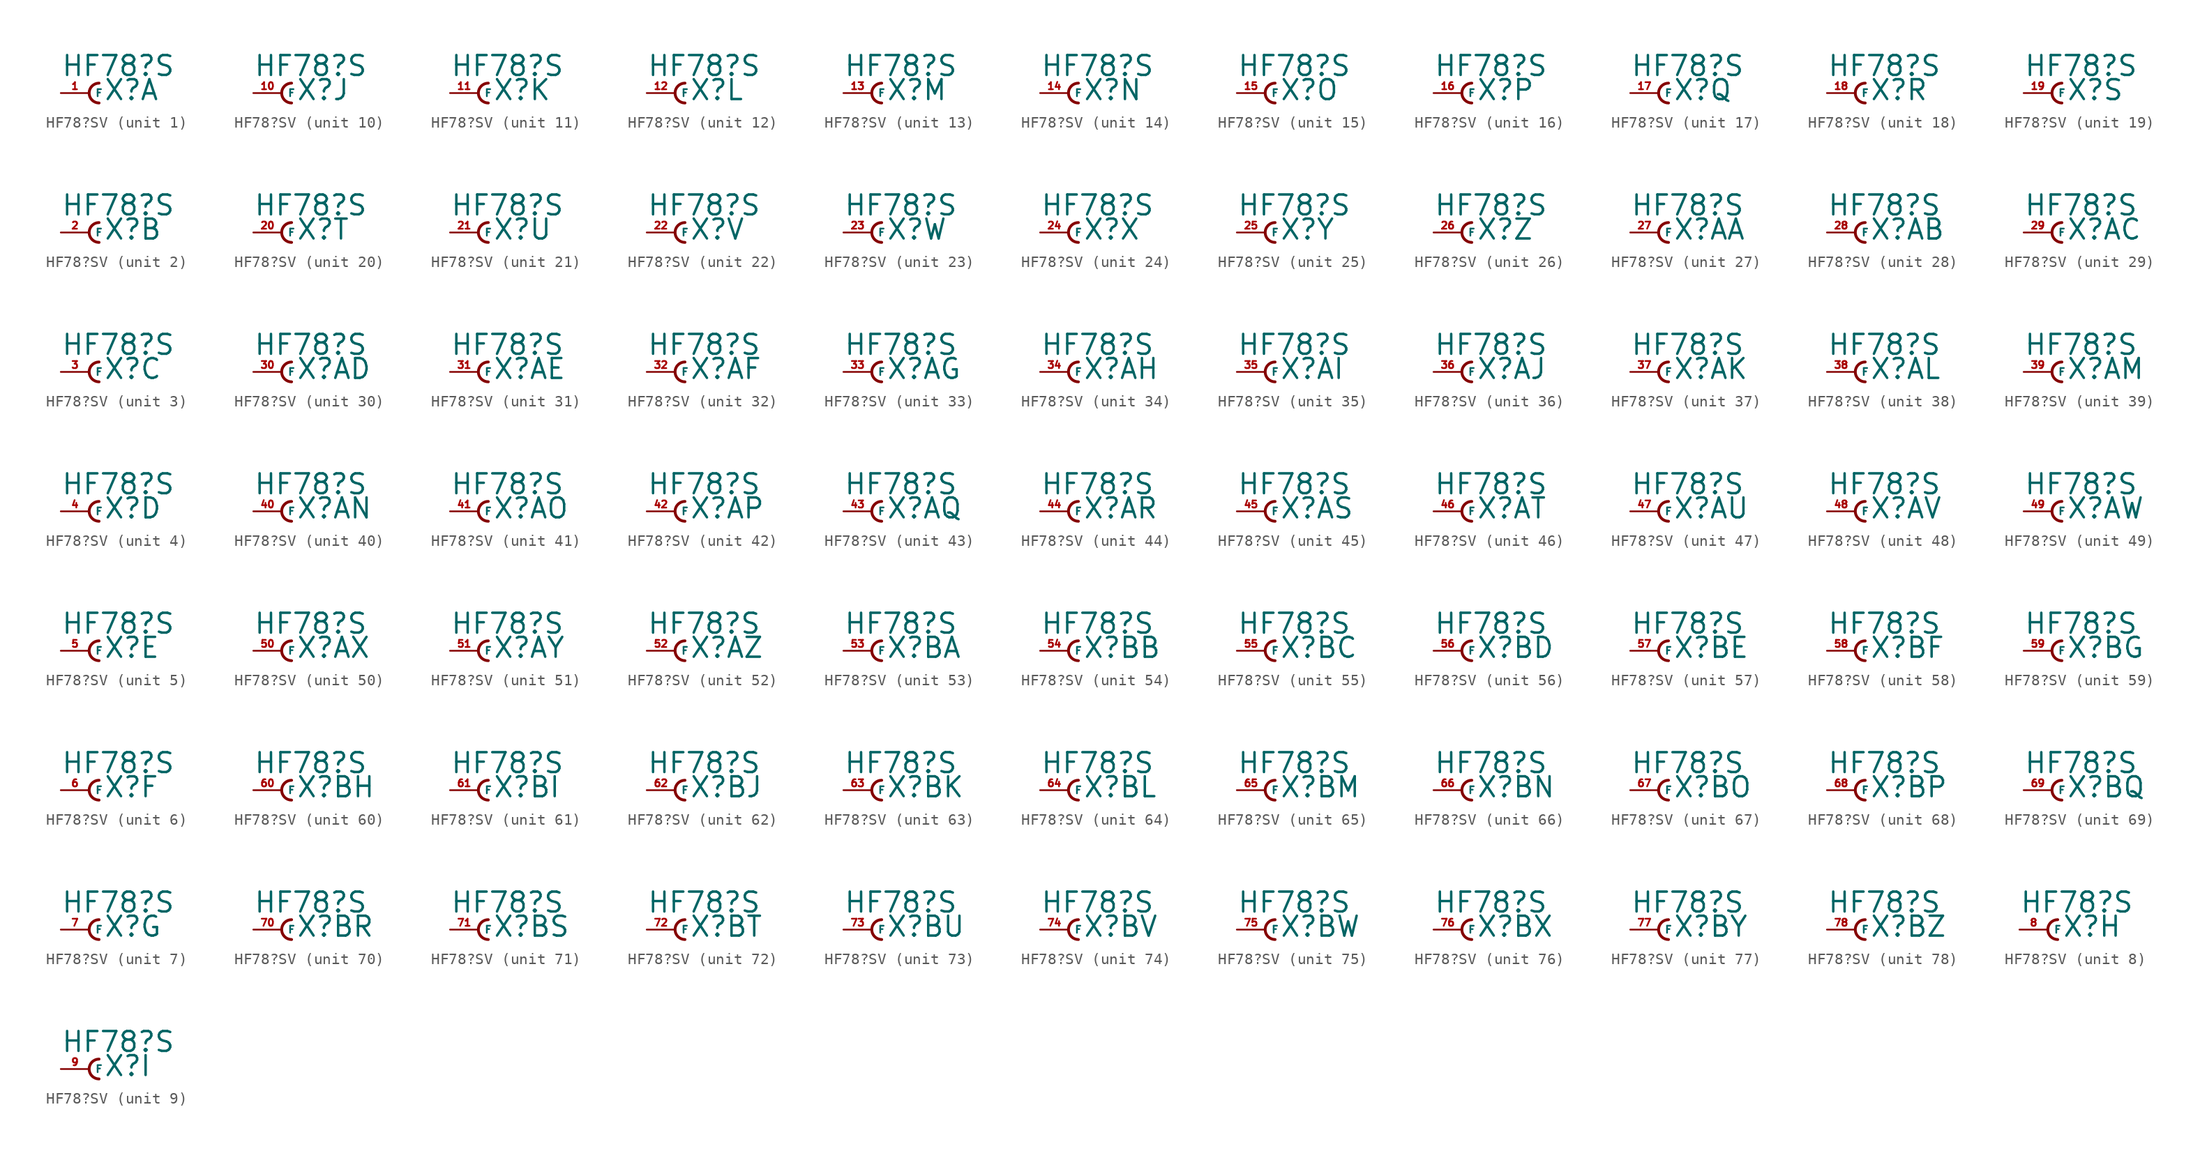
<source format=kicad_sym>
(kicad_symbol_lib
  (version 20220914)
  (generator Eagle2Kicad)
  (symbol "HF78?SV"
    (property "Reference" "X"
      (at 1.27 -0.762 0)
      (effects (font (size 1.778 1.778) (thickness 0.22)) (justify left bottom)))
    (property "Value" "HF78?S"
      (at -2.54 1.397 0)
      (effects (font (size 1.778 1.778) (thickness 0.22)) (justify left bottom)))
    (symbol "HF78?SV_1_0"
      (arc (start 0.889 0.889) (mid 0.000 0.000) (end 0.889 -0.889) (stroke (width 0.254) (type default)) (fill (type none)))
      (pin passive line (at -2.54 0 0) (length 2.54) (name "F" (effects (font (size 0.635 0.635) (thickness 0.08)) (justify left bottom))) (number "1" (effects (font (size 0.635 0.635) (thickness 0.08)) (justify left bottom)))))
    (symbol "HF78?SV_2_0"
      (arc (start 0.889 0.889) (mid 0.000 0.000) (end 0.889 -0.889) (stroke (width 0.254) (type default)) (fill (type none)))
      (pin passive line (at -2.54 0 0) (length 2.54) (name "F" (effects (font (size 0.635 0.635) (thickness 0.08)) (justify left bottom))) (number "2" (effects (font (size 0.635 0.635) (thickness 0.08)) (justify left bottom)))))
    (symbol "HF78?SV_3_0"
      (arc (start 0.889 0.889) (mid 0.000 0.000) (end 0.889 -0.889) (stroke (width 0.254) (type default)) (fill (type none)))
      (pin passive line (at -2.54 0 0) (length 2.54) (name "F" (effects (font (size 0.635 0.635) (thickness 0.08)) (justify left bottom))) (number "3" (effects (font (size 0.635 0.635) (thickness 0.08)) (justify left bottom)))))
    (symbol "HF78?SV_4_0"
      (arc (start 0.889 0.889) (mid 0.000 0.000) (end 0.889 -0.889) (stroke (width 0.254) (type default)) (fill (type none)))
      (pin passive line (at -2.54 0 0) (length 2.54) (name "F" (effects (font (size 0.635 0.635) (thickness 0.08)) (justify left bottom))) (number "4" (effects (font (size 0.635 0.635) (thickness 0.08)) (justify left bottom)))))
    (symbol "HF78?SV_5_0"
      (arc (start 0.889 0.889) (mid 0.000 0.000) (end 0.889 -0.889) (stroke (width 0.254) (type default)) (fill (type none)))
      (pin passive line (at -2.54 0 0) (length 2.54) (name "F" (effects (font (size 0.635 0.635) (thickness 0.08)) (justify left bottom))) (number "5" (effects (font (size 0.635 0.635) (thickness 0.08)) (justify left bottom)))))
    (symbol "HF78?SV_6_0"
      (arc (start 0.889 0.889) (mid 0.000 0.000) (end 0.889 -0.889) (stroke (width 0.254) (type default)) (fill (type none)))
      (pin passive line (at -2.54 0 0) (length 2.54) (name "F" (effects (font (size 0.635 0.635) (thickness 0.08)) (justify left bottom))) (number "6" (effects (font (size 0.635 0.635) (thickness 0.08)) (justify left bottom)))))
    (symbol "HF78?SV_7_0"
      (arc (start 0.889 0.889) (mid 0.000 0.000) (end 0.889 -0.889) (stroke (width 0.254) (type default)) (fill (type none)))
      (pin passive line (at -2.54 0 0) (length 2.54) (name "F" (effects (font (size 0.635 0.635) (thickness 0.08)) (justify left bottom))) (number "7" (effects (font (size 0.635 0.635) (thickness 0.08)) (justify left bottom)))))
    (symbol "HF78?SV_8_0"
      (arc (start 0.889 0.889) (mid 0.000 0.000) (end 0.889 -0.889) (stroke (width 0.254) (type default)) (fill (type none)))
      (pin passive line (at -2.54 0 0) (length 2.54) (name "F" (effects (font (size 0.635 0.635) (thickness 0.08)) (justify left bottom))) (number "8" (effects (font (size 0.635 0.635) (thickness 0.08)) (justify left bottom)))))
    (symbol "HF78?SV_9_0"
      (arc (start 0.889 0.889) (mid 0.000 0.000) (end 0.889 -0.889) (stroke (width 0.254) (type default)) (fill (type none)))
      (pin passive line (at -2.54 0 0) (length 2.54) (name "F" (effects (font (size 0.635 0.635) (thickness 0.08)) (justify left bottom))) (number "9" (effects (font (size 0.635 0.635) (thickness 0.08)) (justify left bottom)))))
    (symbol "HF78?SV_10_0"
      (arc (start 0.889 0.889) (mid 0.000 0.000) (end 0.889 -0.889) (stroke (width 0.254) (type default)) (fill (type none)))
      (pin passive line (at -2.54 0 0) (length 2.54) (name "F" (effects (font (size 0.635 0.635) (thickness 0.08)) (justify left bottom))) (number "10" (effects (font (size 0.635 0.635) (thickness 0.08)) (justify left bottom)))))
    (symbol "HF78?SV_11_0"
      (arc (start 0.889 0.889) (mid 0.000 0.000) (end 0.889 -0.889) (stroke (width 0.254) (type default)) (fill (type none)))
      (pin passive line (at -2.54 0 0) (length 2.54) (name "F" (effects (font (size 0.635 0.635) (thickness 0.08)) (justify left bottom))) (number "11" (effects (font (size 0.635 0.635) (thickness 0.08)) (justify left bottom)))))
    (symbol "HF78?SV_12_0"
      (arc (start 0.889 0.889) (mid 0.000 0.000) (end 0.889 -0.889) (stroke (width 0.254) (type default)) (fill (type none)))
      (pin passive line (at -2.54 0 0) (length 2.54) (name "F" (effects (font (size 0.635 0.635) (thickness 0.08)) (justify left bottom))) (number "12" (effects (font (size 0.635 0.635) (thickness 0.08)) (justify left bottom)))))
    (symbol "HF78?SV_13_0"
      (arc (start 0.889 0.889) (mid 0.000 0.000) (end 0.889 -0.889) (stroke (width 0.254) (type default)) (fill (type none)))
      (pin passive line (at -2.54 0 0) (length 2.54) (name "F" (effects (font (size 0.635 0.635) (thickness 0.08)) (justify left bottom))) (number "13" (effects (font (size 0.635 0.635) (thickness 0.08)) (justify left bottom)))))
    (symbol "HF78?SV_14_0"
      (arc (start 0.889 0.889) (mid 0.000 0.000) (end 0.889 -0.889) (stroke (width 0.254) (type default)) (fill (type none)))
      (pin passive line (at -2.54 0 0) (length 2.54) (name "F" (effects (font (size 0.635 0.635) (thickness 0.08)) (justify left bottom))) (number "14" (effects (font (size 0.635 0.635) (thickness 0.08)) (justify left bottom)))))
    (symbol "HF78?SV_15_0"
      (arc (start 0.889 0.889) (mid 0.000 0.000) (end 0.889 -0.889) (stroke (width 0.254) (type default)) (fill (type none)))
      (pin passive line (at -2.54 0 0) (length 2.54) (name "F" (effects (font (size 0.635 0.635) (thickness 0.08)) (justify left bottom))) (number "15" (effects (font (size 0.635 0.635) (thickness 0.08)) (justify left bottom)))))
    (symbol "HF78?SV_16_0"
      (arc (start 0.889 0.889) (mid 0.000 0.000) (end 0.889 -0.889) (stroke (width 0.254) (type default)) (fill (type none)))
      (pin passive line (at -2.54 0 0) (length 2.54) (name "F" (effects (font (size 0.635 0.635) (thickness 0.08)) (justify left bottom))) (number "16" (effects (font (size 0.635 0.635) (thickness 0.08)) (justify left bottom)))))
    (symbol "HF78?SV_17_0"
      (arc (start 0.889 0.889) (mid 0.000 0.000) (end 0.889 -0.889) (stroke (width 0.254) (type default)) (fill (type none)))
      (pin passive line (at -2.54 0 0) (length 2.54) (name "F" (effects (font (size 0.635 0.635) (thickness 0.08)) (justify left bottom))) (number "17" (effects (font (size 0.635 0.635) (thickness 0.08)) (justify left bottom)))))
    (symbol "HF78?SV_18_0"
      (arc (start 0.889 0.889) (mid 0.000 0.000) (end 0.889 -0.889) (stroke (width 0.254) (type default)) (fill (type none)))
      (pin passive line (at -2.54 0 0) (length 2.54) (name "F" (effects (font (size 0.635 0.635) (thickness 0.08)) (justify left bottom))) (number "18" (effects (font (size 0.635 0.635) (thickness 0.08)) (justify left bottom)))))
    (symbol "HF78?SV_19_0"
      (arc (start 0.889 0.889) (mid 0.000 0.000) (end 0.889 -0.889) (stroke (width 0.254) (type default)) (fill (type none)))
      (pin passive line (at -2.54 0 0) (length 2.54) (name "F" (effects (font (size 0.635 0.635) (thickness 0.08)) (justify left bottom))) (number "19" (effects (font (size 0.635 0.635) (thickness 0.08)) (justify left bottom)))))
    (symbol "HF78?SV_20_0"
      (arc (start 0.889 0.889) (mid 0.000 0.000) (end 0.889 -0.889) (stroke (width 0.254) (type default)) (fill (type none)))
      (pin passive line (at -2.54 0 0) (length 2.54) (name "F" (effects (font (size 0.635 0.635) (thickness 0.08)) (justify left bottom))) (number "20" (effects (font (size 0.635 0.635) (thickness 0.08)) (justify left bottom)))))
    (symbol "HF78?SV_21_0"
      (arc (start 0.889 0.889) (mid 0.000 0.000) (end 0.889 -0.889) (stroke (width 0.254) (type default)) (fill (type none)))
      (pin passive line (at -2.54 0 0) (length 2.54) (name "F" (effects (font (size 0.635 0.635) (thickness 0.08)) (justify left bottom))) (number "21" (effects (font (size 0.635 0.635) (thickness 0.08)) (justify left bottom)))))
    (symbol "HF78?SV_22_0"
      (arc (start 0.889 0.889) (mid 0.000 0.000) (end 0.889 -0.889) (stroke (width 0.254) (type default)) (fill (type none)))
      (pin passive line (at -2.54 0 0) (length 2.54) (name "F" (effects (font (size 0.635 0.635) (thickness 0.08)) (justify left bottom))) (number "22" (effects (font (size 0.635 0.635) (thickness 0.08)) (justify left bottom)))))
    (symbol "HF78?SV_23_0"
      (arc (start 0.889 0.889) (mid 0.000 0.000) (end 0.889 -0.889) (stroke (width 0.254) (type default)) (fill (type none)))
      (pin passive line (at -2.54 0 0) (length 2.54) (name "F" (effects (font (size 0.635 0.635) (thickness 0.08)) (justify left bottom))) (number "23" (effects (font (size 0.635 0.635) (thickness 0.08)) (justify left bottom)))))
    (symbol "HF78?SV_24_0"
      (arc (start 0.889 0.889) (mid 0.000 0.000) (end 0.889 -0.889) (stroke (width 0.254) (type default)) (fill (type none)))
      (pin passive line (at -2.54 0 0) (length 2.54) (name "F" (effects (font (size 0.635 0.635) (thickness 0.08)) (justify left bottom))) (number "24" (effects (font (size 0.635 0.635) (thickness 0.08)) (justify left bottom)))))
    (symbol "HF78?SV_25_0"
      (arc (start 0.889 0.889) (mid 0.000 0.000) (end 0.889 -0.889) (stroke (width 0.254) (type default)) (fill (type none)))
      (pin passive line (at -2.54 0 0) (length 2.54) (name "F" (effects (font (size 0.635 0.635) (thickness 0.08)) (justify left bottom))) (number "25" (effects (font (size 0.635 0.635) (thickness 0.08)) (justify left bottom)))))
    (symbol "HF78?SV_26_0"
      (arc (start 0.889 0.889) (mid 0.000 0.000) (end 0.889 -0.889) (stroke (width 0.254) (type default)) (fill (type none)))
      (pin passive line (at -2.54 0 0) (length 2.54) (name "F" (effects (font (size 0.635 0.635) (thickness 0.08)) (justify left bottom))) (number "26" (effects (font (size 0.635 0.635) (thickness 0.08)) (justify left bottom)))))
    (symbol "HF78?SV_27_0"
      (arc (start 0.889 0.889) (mid 0.000 0.000) (end 0.889 -0.889) (stroke (width 0.254) (type default)) (fill (type none)))
      (pin passive line (at -2.54 0 0) (length 2.54) (name "F" (effects (font (size 0.635 0.635) (thickness 0.08)) (justify left bottom))) (number "27" (effects (font (size 0.635 0.635) (thickness 0.08)) (justify left bottom)))))
    (symbol "HF78?SV_28_0"
      (arc (start 0.889 0.889) (mid 0.000 0.000) (end 0.889 -0.889) (stroke (width 0.254) (type default)) (fill (type none)))
      (pin passive line (at -2.54 0 0) (length 2.54) (name "F" (effects (font (size 0.635 0.635) (thickness 0.08)) (justify left bottom))) (number "28" (effects (font (size 0.635 0.635) (thickness 0.08)) (justify left bottom)))))
    (symbol "HF78?SV_29_0"
      (arc (start 0.889 0.889) (mid 0.000 0.000) (end 0.889 -0.889) (stroke (width 0.254) (type default)) (fill (type none)))
      (pin passive line (at -2.54 0 0) (length 2.54) (name "F" (effects (font (size 0.635 0.635) (thickness 0.08)) (justify left bottom))) (number "29" (effects (font (size 0.635 0.635) (thickness 0.08)) (justify left bottom)))))
    (symbol "HF78?SV_30_0"
      (arc (start 0.889 0.889) (mid 0.000 0.000) (end 0.889 -0.889) (stroke (width 0.254) (type default)) (fill (type none)))
      (pin passive line (at -2.54 0 0) (length 2.54) (name "F" (effects (font (size 0.635 0.635) (thickness 0.08)) (justify left bottom))) (number "30" (effects (font (size 0.635 0.635) (thickness 0.08)) (justify left bottom)))))
    (symbol "HF78?SV_31_0"
      (arc (start 0.889 0.889) (mid 0.000 0.000) (end 0.889 -0.889) (stroke (width 0.254) (type default)) (fill (type none)))
      (pin passive line (at -2.54 0 0) (length 2.54) (name "F" (effects (font (size 0.635 0.635) (thickness 0.08)) (justify left bottom))) (number "31" (effects (font (size 0.635 0.635) (thickness 0.08)) (justify left bottom)))))
    (symbol "HF78?SV_32_0"
      (arc (start 0.889 0.889) (mid 0.000 0.000) (end 0.889 -0.889) (stroke (width 0.254) (type default)) (fill (type none)))
      (pin passive line (at -2.54 0 0) (length 2.54) (name "F" (effects (font (size 0.635 0.635) (thickness 0.08)) (justify left bottom))) (number "32" (effects (font (size 0.635 0.635) (thickness 0.08)) (justify left bottom)))))
    (symbol "HF78?SV_33_0"
      (arc (start 0.889 0.889) (mid 0.000 0.000) (end 0.889 -0.889) (stroke (width 0.254) (type default)) (fill (type none)))
      (pin passive line (at -2.54 0 0) (length 2.54) (name "F" (effects (font (size 0.635 0.635) (thickness 0.08)) (justify left bottom))) (number "33" (effects (font (size 0.635 0.635) (thickness 0.08)) (justify left bottom)))))
    (symbol "HF78?SV_34_0"
      (arc (start 0.889 0.889) (mid 0.000 0.000) (end 0.889 -0.889) (stroke (width 0.254) (type default)) (fill (type none)))
      (pin passive line (at -2.54 0 0) (length 2.54) (name "F" (effects (font (size 0.635 0.635) (thickness 0.08)) (justify left bottom))) (number "34" (effects (font (size 0.635 0.635) (thickness 0.08)) (justify left bottom)))))
    (symbol "HF78?SV_35_0"
      (arc (start 0.889 0.889) (mid 0.000 0.000) (end 0.889 -0.889) (stroke (width 0.254) (type default)) (fill (type none)))
      (pin passive line (at -2.54 0 0) (length 2.54) (name "F" (effects (font (size 0.635 0.635) (thickness 0.08)) (justify left bottom))) (number "35" (effects (font (size 0.635 0.635) (thickness 0.08)) (justify left bottom)))))
    (symbol "HF78?SV_36_0"
      (arc (start 0.889 0.889) (mid 0.000 0.000) (end 0.889 -0.889) (stroke (width 0.254) (type default)) (fill (type none)))
      (pin passive line (at -2.54 0 0) (length 2.54) (name "F" (effects (font (size 0.635 0.635) (thickness 0.08)) (justify left bottom))) (number "36" (effects (font (size 0.635 0.635) (thickness 0.08)) (justify left bottom)))))
    (symbol "HF78?SV_37_0"
      (arc (start 0.889 0.889) (mid 0.000 0.000) (end 0.889 -0.889) (stroke (width 0.254) (type default)) (fill (type none)))
      (pin passive line (at -2.54 0 0) (length 2.54) (name "F" (effects (font (size 0.635 0.635) (thickness 0.08)) (justify left bottom))) (number "37" (effects (font (size 0.635 0.635) (thickness 0.08)) (justify left bottom)))))
    (symbol "HF78?SV_38_0"
      (arc (start 0.889 0.889) (mid 0.000 0.000) (end 0.889 -0.889) (stroke (width 0.254) (type default)) (fill (type none)))
      (pin passive line (at -2.54 0 0) (length 2.54) (name "F" (effects (font (size 0.635 0.635) (thickness 0.08)) (justify left bottom))) (number "38" (effects (font (size 0.635 0.635) (thickness 0.08)) (justify left bottom)))))
    (symbol "HF78?SV_39_0"
      (arc (start 0.889 0.889) (mid 0.000 0.000) (end 0.889 -0.889) (stroke (width 0.254) (type default)) (fill (type none)))
      (pin passive line (at -2.54 0 0) (length 2.54) (name "F" (effects (font (size 0.635 0.635) (thickness 0.08)) (justify left bottom))) (number "39" (effects (font (size 0.635 0.635) (thickness 0.08)) (justify left bottom)))))
    (symbol "HF78?SV_40_0"
      (arc (start 0.889 0.889) (mid 0.000 0.000) (end 0.889 -0.889) (stroke (width 0.254) (type default)) (fill (type none)))
      (pin passive line (at -2.54 0 0) (length 2.54) (name "F" (effects (font (size 0.635 0.635) (thickness 0.08)) (justify left bottom))) (number "40" (effects (font (size 0.635 0.635) (thickness 0.08)) (justify left bottom)))))
    (symbol "HF78?SV_41_0"
      (arc (start 0.889 0.889) (mid 0.000 0.000) (end 0.889 -0.889) (stroke (width 0.254) (type default)) (fill (type none)))
      (pin passive line (at -2.54 0 0) (length 2.54) (name "F" (effects (font (size 0.635 0.635) (thickness 0.08)) (justify left bottom))) (number "41" (effects (font (size 0.635 0.635) (thickness 0.08)) (justify left bottom)))))
    (symbol "HF78?SV_42_0"
      (arc (start 0.889 0.889) (mid 0.000 0.000) (end 0.889 -0.889) (stroke (width 0.254) (type default)) (fill (type none)))
      (pin passive line (at -2.54 0 0) (length 2.54) (name "F" (effects (font (size 0.635 0.635) (thickness 0.08)) (justify left bottom))) (number "42" (effects (font (size 0.635 0.635) (thickness 0.08)) (justify left bottom)))))
    (symbol "HF78?SV_43_0"
      (arc (start 0.889 0.889) (mid 0.000 0.000) (end 0.889 -0.889) (stroke (width 0.254) (type default)) (fill (type none)))
      (pin passive line (at -2.54 0 0) (length 2.54) (name "F" (effects (font (size 0.635 0.635) (thickness 0.08)) (justify left bottom))) (number "43" (effects (font (size 0.635 0.635) (thickness 0.08)) (justify left bottom)))))
    (symbol "HF78?SV_44_0"
      (arc (start 0.889 0.889) (mid 0.000 0.000) (end 0.889 -0.889) (stroke (width 0.254) (type default)) (fill (type none)))
      (pin passive line (at -2.54 0 0) (length 2.54) (name "F" (effects (font (size 0.635 0.635) (thickness 0.08)) (justify left bottom))) (number "44" (effects (font (size 0.635 0.635) (thickness 0.08)) (justify left bottom)))))
    (symbol "HF78?SV_45_0"
      (arc (start 0.889 0.889) (mid 0.000 0.000) (end 0.889 -0.889) (stroke (width 0.254) (type default)) (fill (type none)))
      (pin passive line (at -2.54 0 0) (length 2.54) (name "F" (effects (font (size 0.635 0.635) (thickness 0.08)) (justify left bottom))) (number "45" (effects (font (size 0.635 0.635) (thickness 0.08)) (justify left bottom)))))
    (symbol "HF78?SV_46_0"
      (arc (start 0.889 0.889) (mid 0.000 0.000) (end 0.889 -0.889) (stroke (width 0.254) (type default)) (fill (type none)))
      (pin passive line (at -2.54 0 0) (length 2.54) (name "F" (effects (font (size 0.635 0.635) (thickness 0.08)) (justify left bottom))) (number "46" (effects (font (size 0.635 0.635) (thickness 0.08)) (justify left bottom)))))
    (symbol "HF78?SV_47_0"
      (arc (start 0.889 0.889) (mid 0.000 0.000) (end 0.889 -0.889) (stroke (width 0.254) (type default)) (fill (type none)))
      (pin passive line (at -2.54 0 0) (length 2.54) (name "F" (effects (font (size 0.635 0.635) (thickness 0.08)) (justify left bottom))) (number "47" (effects (font (size 0.635 0.635) (thickness 0.08)) (justify left bottom)))))
    (symbol "HF78?SV_48_0"
      (arc (start 0.889 0.889) (mid 0.000 0.000) (end 0.889 -0.889) (stroke (width 0.254) (type default)) (fill (type none)))
      (pin passive line (at -2.54 0 0) (length 2.54) (name "F" (effects (font (size 0.635 0.635) (thickness 0.08)) (justify left bottom))) (number "48" (effects (font (size 0.635 0.635) (thickness 0.08)) (justify left bottom)))))
    (symbol "HF78?SV_49_0"
      (arc (start 0.889 0.889) (mid 0.000 0.000) (end 0.889 -0.889) (stroke (width 0.254) (type default)) (fill (type none)))
      (pin passive line (at -2.54 0 0) (length 2.54) (name "F" (effects (font (size 0.635 0.635) (thickness 0.08)) (justify left bottom))) (number "49" (effects (font (size 0.635 0.635) (thickness 0.08)) (justify left bottom)))))
    (symbol "HF78?SV_50_0"
      (arc (start 0.889 0.889) (mid 0.000 0.000) (end 0.889 -0.889) (stroke (width 0.254) (type default)) (fill (type none)))
      (pin passive line (at -2.54 0 0) (length 2.54) (name "F" (effects (font (size 0.635 0.635) (thickness 0.08)) (justify left bottom))) (number "50" (effects (font (size 0.635 0.635) (thickness 0.08)) (justify left bottom)))))
    (symbol "HF78?SV_51_0"
      (arc (start 0.889 0.889) (mid 0.000 0.000) (end 0.889 -0.889) (stroke (width 0.254) (type default)) (fill (type none)))
      (pin passive line (at -2.54 0 0) (length 2.54) (name "F" (effects (font (size 0.635 0.635) (thickness 0.08)) (justify left bottom))) (number "51" (effects (font (size 0.635 0.635) (thickness 0.08)) (justify left bottom)))))
    (symbol "HF78?SV_52_0"
      (arc (start 0.889 0.889) (mid 0.000 0.000) (end 0.889 -0.889) (stroke (width 0.254) (type default)) (fill (type none)))
      (pin passive line (at -2.54 0 0) (length 2.54) (name "F" (effects (font (size 0.635 0.635) (thickness 0.08)) (justify left bottom))) (number "52" (effects (font (size 0.635 0.635) (thickness 0.08)) (justify left bottom)))))
    (symbol "HF78?SV_53_0"
      (arc (start 0.889 0.889) (mid 0.000 0.000) (end 0.889 -0.889) (stroke (width 0.254) (type default)) (fill (type none)))
      (pin passive line (at -2.54 0 0) (length 2.54) (name "F" (effects (font (size 0.635 0.635) (thickness 0.08)) (justify left bottom))) (number "53" (effects (font (size 0.635 0.635) (thickness 0.08)) (justify left bottom)))))
    (symbol "HF78?SV_54_0"
      (arc (start 0.889 0.889) (mid 0.000 0.000) (end 0.889 -0.889) (stroke (width 0.254) (type default)) (fill (type none)))
      (pin passive line (at -2.54 0 0) (length 2.54) (name "F" (effects (font (size 0.635 0.635) (thickness 0.08)) (justify left bottom))) (number "54" (effects (font (size 0.635 0.635) (thickness 0.08)) (justify left bottom)))))
    (symbol "HF78?SV_55_0"
      (arc (start 0.889 0.889) (mid 0.000 0.000) (end 0.889 -0.889) (stroke (width 0.254) (type default)) (fill (type none)))
      (pin passive line (at -2.54 0 0) (length 2.54) (name "F" (effects (font (size 0.635 0.635) (thickness 0.08)) (justify left bottom))) (number "55" (effects (font (size 0.635 0.635) (thickness 0.08)) (justify left bottom)))))
    (symbol "HF78?SV_56_0"
      (arc (start 0.889 0.889) (mid 0.000 0.000) (end 0.889 -0.889) (stroke (width 0.254) (type default)) (fill (type none)))
      (pin passive line (at -2.54 0 0) (length 2.54) (name "F" (effects (font (size 0.635 0.635) (thickness 0.08)) (justify left bottom))) (number "56" (effects (font (size 0.635 0.635) (thickness 0.08)) (justify left bottom)))))
    (symbol "HF78?SV_57_0"
      (arc (start 0.889 0.889) (mid 0.000 0.000) (end 0.889 -0.889) (stroke (width 0.254) (type default)) (fill (type none)))
      (pin passive line (at -2.54 0 0) (length 2.54) (name "F" (effects (font (size 0.635 0.635) (thickness 0.08)) (justify left bottom))) (number "57" (effects (font (size 0.635 0.635) (thickness 0.08)) (justify left bottom)))))
    (symbol "HF78?SV_58_0"
      (arc (start 0.889 0.889) (mid 0.000 0.000) (end 0.889 -0.889) (stroke (width 0.254) (type default)) (fill (type none)))
      (pin passive line (at -2.54 0 0) (length 2.54) (name "F" (effects (font (size 0.635 0.635) (thickness 0.08)) (justify left bottom))) (number "58" (effects (font (size 0.635 0.635) (thickness 0.08)) (justify left bottom)))))
    (symbol "HF78?SV_59_0"
      (arc (start 0.889 0.889) (mid 0.000 0.000) (end 0.889 -0.889) (stroke (width 0.254) (type default)) (fill (type none)))
      (pin passive line (at -2.54 0 0) (length 2.54) (name "F" (effects (font (size 0.635 0.635) (thickness 0.08)) (justify left bottom))) (number "59" (effects (font (size 0.635 0.635) (thickness 0.08)) (justify left bottom)))))
    (symbol "HF78?SV_60_0"
      (arc (start 0.889 0.889) (mid 0.000 0.000) (end 0.889 -0.889) (stroke (width 0.254) (type default)) (fill (type none)))
      (pin passive line (at -2.54 0 0) (length 2.54) (name "F" (effects (font (size 0.635 0.635) (thickness 0.08)) (justify left bottom))) (number "60" (effects (font (size 0.635 0.635) (thickness 0.08)) (justify left bottom)))))
    (symbol "HF78?SV_61_0"
      (arc (start 0.889 0.889) (mid 0.000 0.000) (end 0.889 -0.889) (stroke (width 0.254) (type default)) (fill (type none)))
      (pin passive line (at -2.54 0 0) (length 2.54) (name "F" (effects (font (size 0.635 0.635) (thickness 0.08)) (justify left bottom))) (number "61" (effects (font (size 0.635 0.635) (thickness 0.08)) (justify left bottom)))))
    (symbol "HF78?SV_62_0"
      (arc (start 0.889 0.889) (mid 0.000 0.000) (end 0.889 -0.889) (stroke (width 0.254) (type default)) (fill (type none)))
      (pin passive line (at -2.54 0 0) (length 2.54) (name "F" (effects (font (size 0.635 0.635) (thickness 0.08)) (justify left bottom))) (number "62" (effects (font (size 0.635 0.635) (thickness 0.08)) (justify left bottom)))))
    (symbol "HF78?SV_63_0"
      (arc (start 0.889 0.889) (mid 0.000 0.000) (end 0.889 -0.889) (stroke (width 0.254) (type default)) (fill (type none)))
      (pin passive line (at -2.54 0 0) (length 2.54) (name "F" (effects (font (size 0.635 0.635) (thickness 0.08)) (justify left bottom))) (number "63" (effects (font (size 0.635 0.635) (thickness 0.08)) (justify left bottom)))))
    (symbol "HF78?SV_64_0"
      (arc (start 0.889 0.889) (mid 0.000 0.000) (end 0.889 -0.889) (stroke (width 0.254) (type default)) (fill (type none)))
      (pin passive line (at -2.54 0 0) (length 2.54) (name "F" (effects (font (size 0.635 0.635) (thickness 0.08)) (justify left bottom))) (number "64" (effects (font (size 0.635 0.635) (thickness 0.08)) (justify left bottom)))))
    (symbol "HF78?SV_65_0"
      (arc (start 0.889 0.889) (mid 0.000 0.000) (end 0.889 -0.889) (stroke (width 0.254) (type default)) (fill (type none)))
      (pin passive line (at -2.54 0 0) (length 2.54) (name "F" (effects (font (size 0.635 0.635) (thickness 0.08)) (justify left bottom))) (number "65" (effects (font (size 0.635 0.635) (thickness 0.08)) (justify left bottom)))))
    (symbol "HF78?SV_66_0"
      (arc (start 0.889 0.889) (mid 0.000 0.000) (end 0.889 -0.889) (stroke (width 0.254) (type default)) (fill (type none)))
      (pin passive line (at -2.54 0 0) (length 2.54) (name "F" (effects (font (size 0.635 0.635) (thickness 0.08)) (justify left bottom))) (number "66" (effects (font (size 0.635 0.635) (thickness 0.08)) (justify left bottom)))))
    (symbol "HF78?SV_67_0"
      (arc (start 0.889 0.889) (mid 0.000 0.000) (end 0.889 -0.889) (stroke (width 0.254) (type default)) (fill (type none)))
      (pin passive line (at -2.54 0 0) (length 2.54) (name "F" (effects (font (size 0.635 0.635) (thickness 0.08)) (justify left bottom))) (number "67" (effects (font (size 0.635 0.635) (thickness 0.08)) (justify left bottom)))))
    (symbol "HF78?SV_68_0"
      (arc (start 0.889 0.889) (mid 0.000 0.000) (end 0.889 -0.889) (stroke (width 0.254) (type default)) (fill (type none)))
      (pin passive line (at -2.54 0 0) (length 2.54) (name "F" (effects (font (size 0.635 0.635) (thickness 0.08)) (justify left bottom))) (number "68" (effects (font (size 0.635 0.635) (thickness 0.08)) (justify left bottom)))))
    (symbol "HF78?SV_69_0"
      (arc (start 0.889 0.889) (mid 0.000 0.000) (end 0.889 -0.889) (stroke (width 0.254) (type default)) (fill (type none)))
      (pin passive line (at -2.54 0 0) (length 2.54) (name "F" (effects (font (size 0.635 0.635) (thickness 0.08)) (justify left bottom))) (number "69" (effects (font (size 0.635 0.635) (thickness 0.08)) (justify left bottom)))))
    (symbol "HF78?SV_70_0"
      (arc (start 0.889 0.889) (mid 0.000 0.000) (end 0.889 -0.889) (stroke (width 0.254) (type default)) (fill (type none)))
      (pin passive line (at -2.54 0 0) (length 2.54) (name "F" (effects (font (size 0.635 0.635) (thickness 0.08)) (justify left bottom))) (number "70" (effects (font (size 0.635 0.635) (thickness 0.08)) (justify left bottom)))))
    (symbol "HF78?SV_71_0"
      (arc (start 0.889 0.889) (mid 0.000 0.000) (end 0.889 -0.889) (stroke (width 0.254) (type default)) (fill (type none)))
      (pin passive line (at -2.54 0 0) (length 2.54) (name "F" (effects (font (size 0.635 0.635) (thickness 0.08)) (justify left bottom))) (number "71" (effects (font (size 0.635 0.635) (thickness 0.08)) (justify left bottom)))))
    (symbol "HF78?SV_72_0"
      (arc (start 0.889 0.889) (mid 0.000 0.000) (end 0.889 -0.889) (stroke (width 0.254) (type default)) (fill (type none)))
      (pin passive line (at -2.54 0 0) (length 2.54) (name "F" (effects (font (size 0.635 0.635) (thickness 0.08)) (justify left bottom))) (number "72" (effects (font (size 0.635 0.635) (thickness 0.08)) (justify left bottom)))))
    (symbol "HF78?SV_73_0"
      (arc (start 0.889 0.889) (mid 0.000 0.000) (end 0.889 -0.889) (stroke (width 0.254) (type default)) (fill (type none)))
      (pin passive line (at -2.54 0 0) (length 2.54) (name "F" (effects (font (size 0.635 0.635) (thickness 0.08)) (justify left bottom))) (number "73" (effects (font (size 0.635 0.635) (thickness 0.08)) (justify left bottom)))))
    (symbol "HF78?SV_74_0"
      (arc (start 0.889 0.889) (mid 0.000 0.000) (end 0.889 -0.889) (stroke (width 0.254) (type default)) (fill (type none)))
      (pin passive line (at -2.54 0 0) (length 2.54) (name "F" (effects (font (size 0.635 0.635) (thickness 0.08)) (justify left bottom))) (number "74" (effects (font (size 0.635 0.635) (thickness 0.08)) (justify left bottom)))))
    (symbol "HF78?SV_75_0"
      (arc (start 0.889 0.889) (mid 0.000 0.000) (end 0.889 -0.889) (stroke (width 0.254) (type default)) (fill (type none)))
      (pin passive line (at -2.54 0 0) (length 2.54) (name "F" (effects (font (size 0.635 0.635) (thickness 0.08)) (justify left bottom))) (number "75" (effects (font (size 0.635 0.635) (thickness 0.08)) (justify left bottom)))))
    (symbol "HF78?SV_76_0"
      (arc (start 0.889 0.889) (mid 0.000 0.000) (end 0.889 -0.889) (stroke (width 0.254) (type default)) (fill (type none)))
      (pin passive line (at -2.54 0 0) (length 2.54) (name "F" (effects (font (size 0.635 0.635) (thickness 0.08)) (justify left bottom))) (number "76" (effects (font (size 0.635 0.635) (thickness 0.08)) (justify left bottom)))))
    (symbol "HF78?SV_77_0"
      (arc (start 0.889 0.889) (mid 0.000 0.000) (end 0.889 -0.889) (stroke (width 0.254) (type default)) (fill (type none)))
      (pin passive line (at -2.54 0 0) (length 2.54) (name "F" (effects (font (size 0.635 0.635) (thickness 0.08)) (justify left bottom))) (number "77" (effects (font (size 0.635 0.635) (thickness 0.08)) (justify left bottom)))))
    (symbol "HF78?SV_78_0"
      (arc (start 0.889 0.889) (mid 0.000 0.000) (end 0.889 -0.889) (stroke (width 0.254) (type default)) (fill (type none)))
      (pin passive line (at -2.54 0 0) (length 2.54) (name "F" (effects (font (size 0.635 0.635) (thickness 0.08)) (justify left bottom))) (number "78" (effects (font (size 0.635 0.635) (thickness 0.08)) (justify left bottom)))))))
</source>
